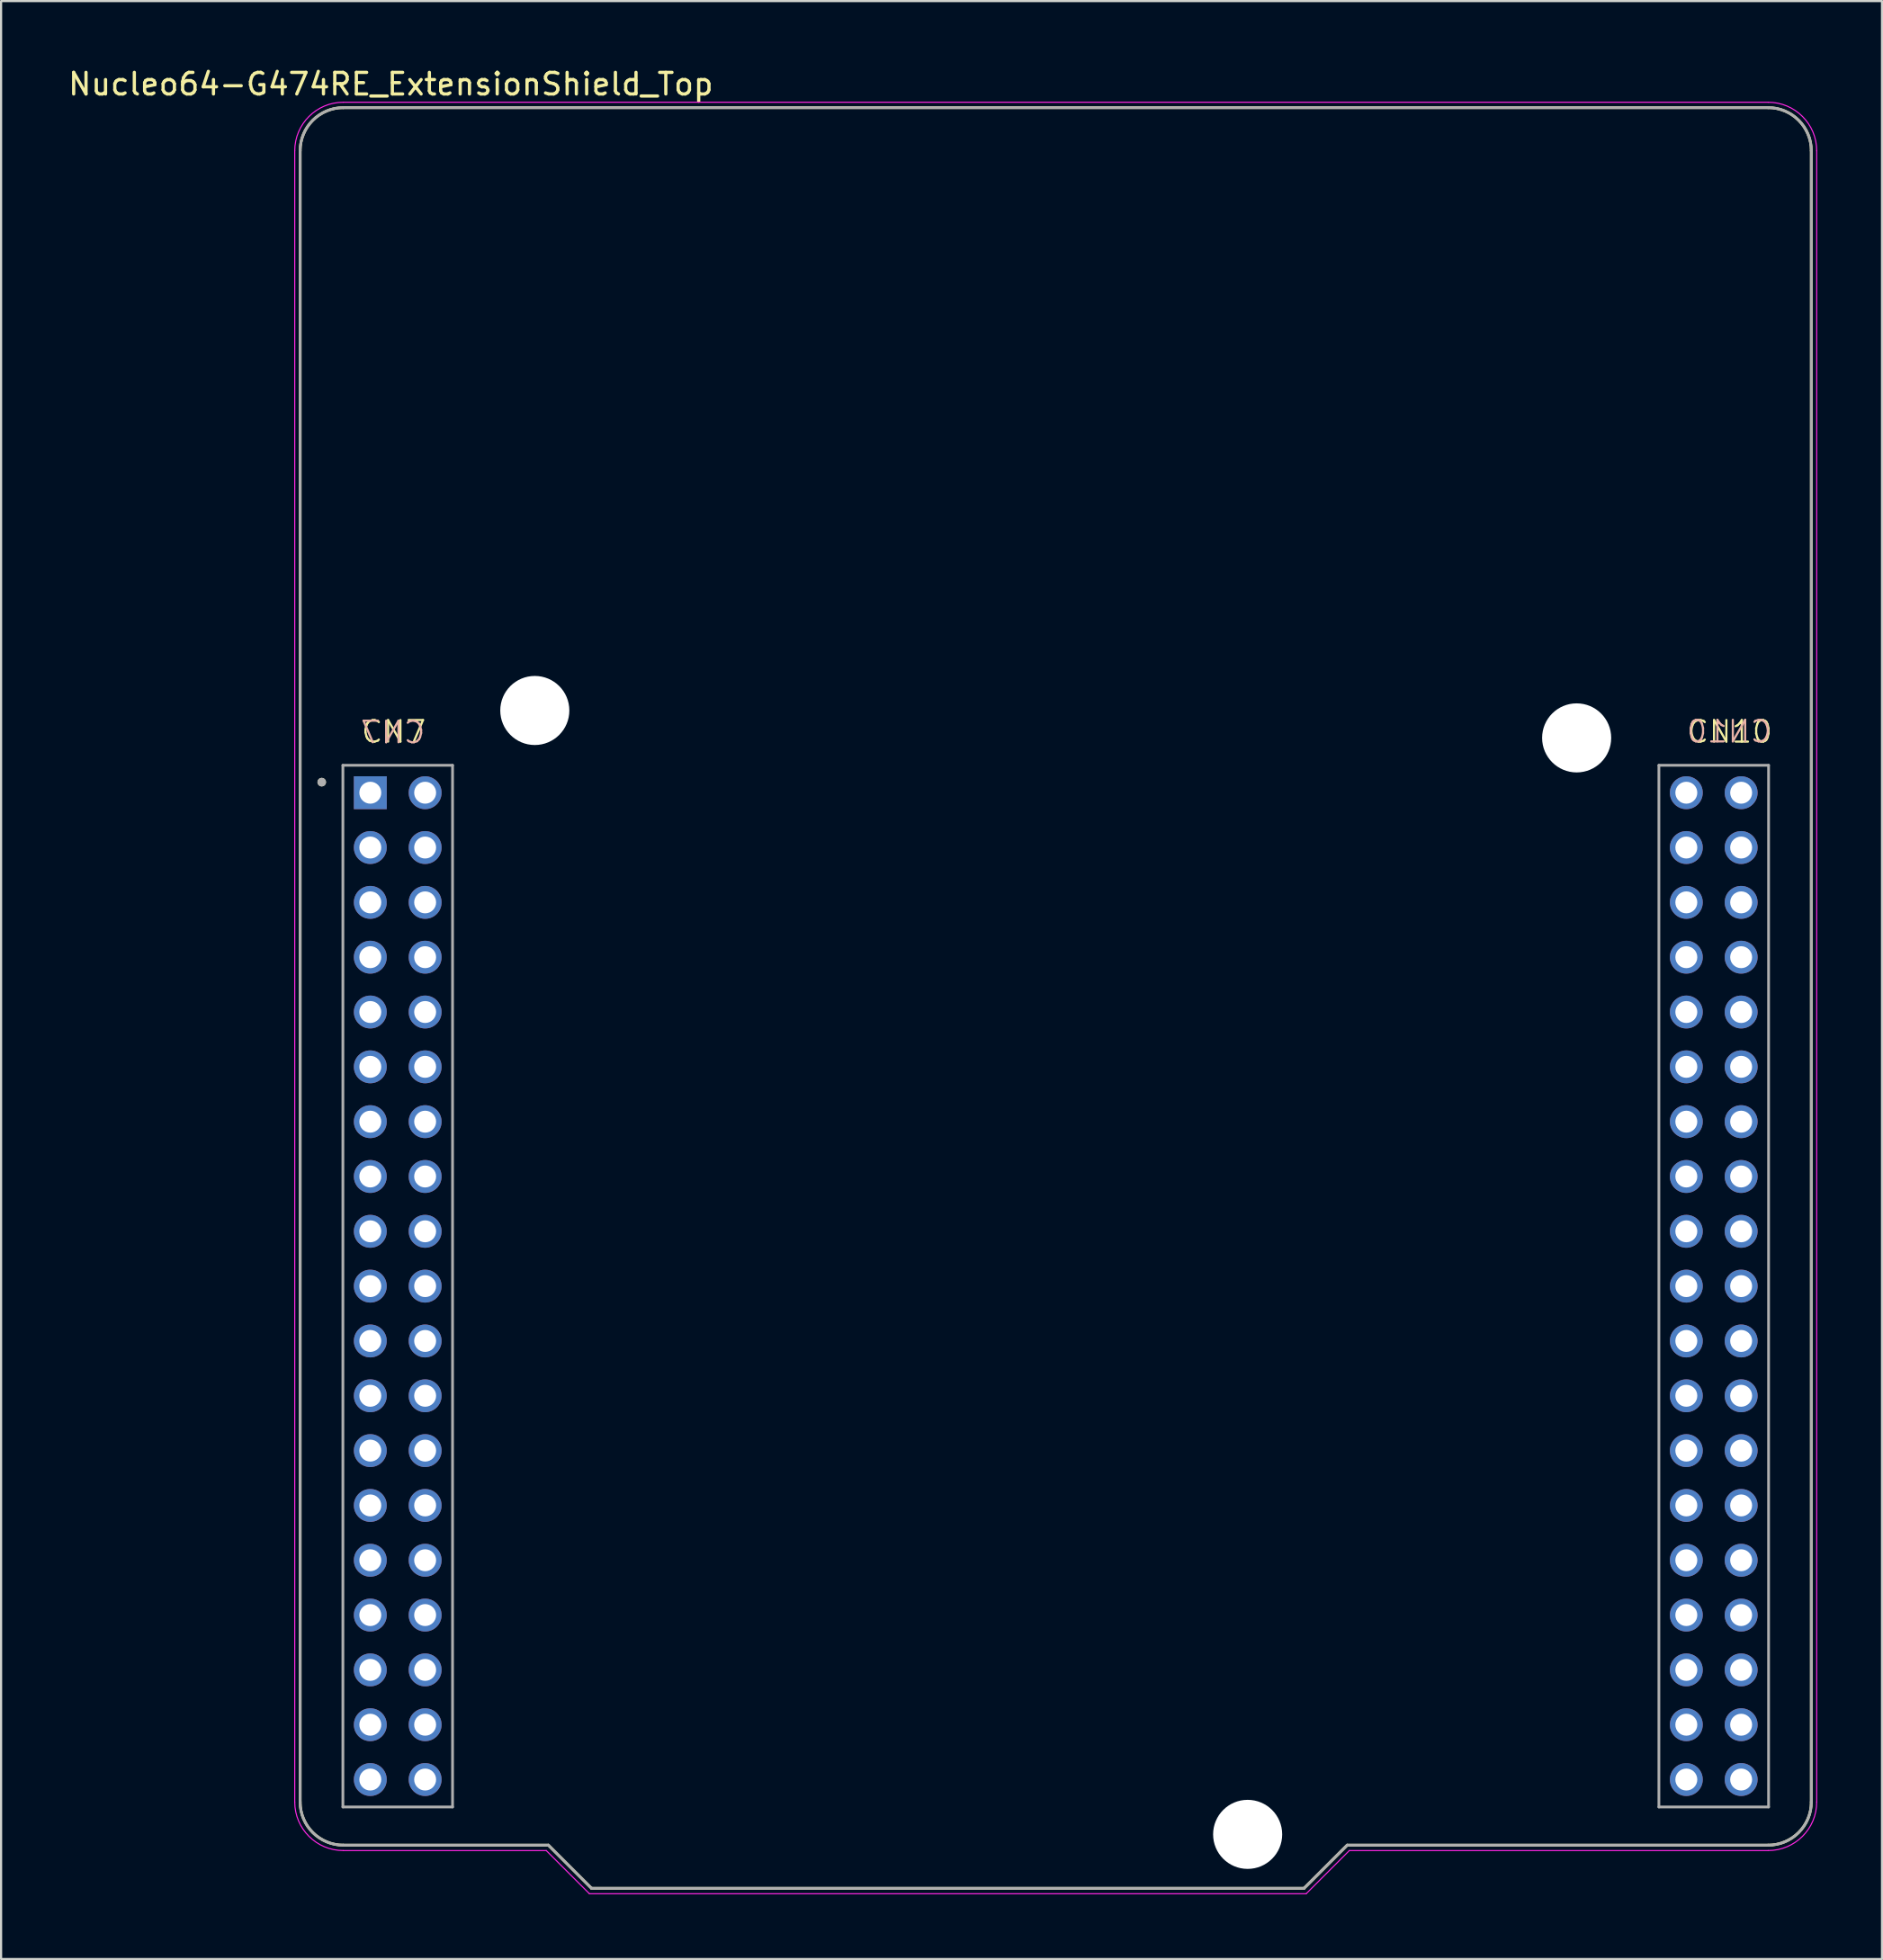
<source format=kicad_pcb>
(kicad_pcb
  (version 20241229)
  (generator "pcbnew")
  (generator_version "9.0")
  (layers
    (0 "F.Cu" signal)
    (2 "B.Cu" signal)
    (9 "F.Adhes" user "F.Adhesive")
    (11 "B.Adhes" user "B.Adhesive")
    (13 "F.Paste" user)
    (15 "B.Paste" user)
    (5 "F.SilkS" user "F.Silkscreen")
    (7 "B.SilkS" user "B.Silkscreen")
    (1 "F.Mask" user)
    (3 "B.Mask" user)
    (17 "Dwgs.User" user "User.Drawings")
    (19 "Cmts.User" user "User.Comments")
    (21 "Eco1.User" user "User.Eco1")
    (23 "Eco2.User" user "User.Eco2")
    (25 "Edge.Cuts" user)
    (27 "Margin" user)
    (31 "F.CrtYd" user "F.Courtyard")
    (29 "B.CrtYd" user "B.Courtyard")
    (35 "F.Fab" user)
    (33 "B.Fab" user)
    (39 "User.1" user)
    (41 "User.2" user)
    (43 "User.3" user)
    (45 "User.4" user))
  (footprint "Nucleo64-G474RE_ExtensionShield_Top"
    (layer "F.Cu")
    (at 45.853 43.187)
    (property "Reference" "Nucleo64-G474RE_ExtensionShield_Top" (at -30.8 -42.339 0) (layer "F.SilkS") (effects (font (size 1 1) (thickness 0.15))))
    (attr through_hole)
    (fp_line (start -35 -39.25) (end -35 37.25) (stroke (width 0.127) (type solid)) (layer "F.SilkS"))
    (fp_line (start -33 -41.25) (end 33 -41.25) (stroke (width 0.127) (type solid)) (layer "F.SilkS"))
    (fp_line (start -33 39.25) (end -23.5 39.25) (stroke (width 0.127) (type solid)) (layer "F.SilkS"))
    (fp_line (start -23.5 39.25) (end -21.5 41.25) (stroke (width 0.127) (type solid)) (layer "F.SilkS"))
    (fp_line (start -21.5 41.25) (end 11.5 41.25) (stroke (width 0.127) (type solid)) (layer "F.SilkS"))
    (fp_line (start 11.5 41.25) (end 13.5 39.25) (stroke (width 0.127) (type solid)) (layer "F.SilkS"))
    (fp_line (start 13.5 39.25) (end 33 39.25) (stroke (width 0.127) (type solid)) (layer "F.SilkS"))
    (fp_line (start 35 37.25) (end 35 -39.25) (stroke (width 0.127) (type solid)) (layer "F.SilkS"))
    (fp_arc (start -35 -39.25) (mid -34.414214 -40.664214) (end -33 -41.25) (stroke (width 0.127) (type solid)) (layer "F.SilkS"))
    (fp_arc (start -33 39.25) (mid -34.414214 38.664214) (end -35 37.25) (stroke (width 0.127) (type solid)) (layer "F.SilkS"))
    (fp_arc (start 33 -41.25) (mid 34.414214 -40.664214) (end 35 -39.25) (stroke (width 0.127) (type solid)) (layer "F.SilkS"))
    (fp_arc (start 35 37.25) (mid 34.414214 38.664214) (end 33 39.25) (stroke (width 0.127) (type solid)) (layer "F.SilkS"))
    (fp_circle (center -34 -10) (end -33.9 -10) (stroke (width 0.2) (type solid)) (fill no) (layer "F.SilkS"))
    (fp_line (start -35.25 -39.25) (end -35.25 37.25) (stroke (width 0.05) (type solid)) (layer "F.CrtYd"))
    (fp_line (start -33 -41.5) (end 33 -41.5) (stroke (width 0.05) (type solid)) (layer "F.CrtYd"))
    (fp_line (start -33 39.5) (end -23.6 39.5) (stroke (width 0.05) (type solid)) (layer "F.CrtYd"))
    (fp_line (start -23.6 39.5) (end -21.6 41.5) (stroke (width 0.05) (type solid)) (layer "F.CrtYd"))
    (fp_line (start -21.6 41.5) (end 11.6 41.5) (stroke (width 0.05) (type solid)) (layer "F.CrtYd"))
    (fp_line (start 11.6 41.5) (end 13.6 39.5) (stroke (width 0.05) (type solid)) (layer "F.CrtYd"))
    (fp_line (start 13.6 39.5) (end 33 39.5) (stroke (width 0.05) (type solid)) (layer "F.CrtYd"))
    (fp_line (start 35.25 37.25) (end 35.25 -39.25) (stroke (width 0.05) (type solid)) (layer "F.CrtYd"))
    (fp_arc (start -35.25 -39.25) (mid -34.59099 -40.84099) (end -33 -41.5) (stroke (width 0.05) (type solid)) (layer "F.CrtYd"))
    (fp_arc (start -33 39.5) (mid -34.59099 38.84099) (end -35.25 37.25) (stroke (width 0.05) (type solid)) (layer "F.CrtYd"))
    (fp_arc (start 33 -41.5) (mid 34.59099 -40.84099) (end 35.25 -39.25) (stroke (width 0.05) (type solid)) (layer "F.CrtYd"))
    (fp_arc (start 35.25 37.25) (mid 34.59099 38.84099) (end 33 39.5) (stroke (width 0.05) (type solid)) (layer "F.CrtYd"))
    (fp_line (start -35 -39.25) (end -35 37.25) (stroke (width 0.127) (type solid)) (layer "F.Fab"))
    (fp_line (start -33.02 -10.78) (end -27.94 -10.78) (stroke (width 0.127) (type solid)) (layer "F.Fab"))
    (fp_line (start -33.02 37.48) (end -33.02 -10.78) (stroke (width 0.127) (type solid)) (layer "F.Fab"))
    (fp_line (start -33 -41.25) (end 33 -41.25) (stroke (width 0.127) (type solid)) (layer "F.Fab"))
    (fp_line (start -33 39.25) (end -23.5 39.25) (stroke (width 0.127) (type solid)) (layer "F.Fab"))
    (fp_line (start -27.94 -10.78) (end -27.94 37.48) (stroke (width 0.127) (type solid)) (layer "F.Fab"))
    (fp_line (start -27.94 37.48) (end -33.02 37.48) (stroke (width 0.127) (type solid)) (layer "F.Fab"))
    (fp_line (start -23.5 39.25) (end -21.5 41.25) (stroke (width 0.127) (type solid)) (layer "F.Fab"))
    (fp_line (start -21.5 41.25) (end 11.5 41.25) (stroke (width 0.127) (type solid)) (layer "F.Fab"))
    (fp_line (start 11.5 41.25) (end 13.5 39.25) (stroke (width 0.127) (type solid)) (layer "F.Fab"))
    (fp_line (start 13.5 39.25) (end 33 39.25) (stroke (width 0.127) (type solid)) (layer "F.Fab"))
    (fp_line (start 27.94 -10.78) (end 33.02 -10.78) (stroke (width 0.127) (type solid)) (layer "F.Fab"))
    (fp_line (start 27.94 37.48) (end 27.94 -10.78) (stroke (width 0.127) (type solid)) (layer "F.Fab"))
    (fp_line (start 33.02 -10.78) (end 33.02 37.48) (stroke (width 0.127) (type solid)) (layer "F.Fab"))
    (fp_line (start 33.02 37.48) (end 27.94 37.48) (stroke (width 0.127) (type solid)) (layer "F.Fab"))
    (fp_line (start 35 37.25) (end 35 -39.25) (stroke (width 0.127) (type solid)) (layer "F.Fab"))
    (fp_arc (start -35 -39.25) (mid -34.414214 -40.664214) (end -33 -41.25) (stroke (width 0.127) (type solid)) (layer "F.Fab"))
    (fp_arc (start -33 39.25) (mid -34.414214 38.664214) (end -35 37.25) (stroke (width 0.127) (type solid)) (layer "F.Fab"))
    (fp_arc (start 33 -41.25) (mid 34.414214 -40.664214) (end 35 -39.25) (stroke (width 0.127) (type solid)) (layer "F.Fab"))
    (fp_arc (start 35 37.25) (mid 34.414214 38.664214) (end 33 39.25) (stroke (width 0.127) (type solid)) (layer "F.Fab"))
    (fp_circle (center -34 -10) (end -33.9 -10) (stroke (width 0.2) (type solid)) (fill no) (layer "F.Fab"))
    (fp_text user "CN10" (at 29.19 -11.75 0) (unlocked yes) (layer "F.SilkS") (effects (font (size 1 1) (thickness 0.1)) (justify left bottom)))
    (fp_text user "CN7" (at -32.23 -11.75 0) (unlocked yes) (layer "F.SilkS") (effects (font (size 1 1) (thickness 0.1)) (justify left bottom)))
    (fp_text user "CN7" (at -29.14 -11.72 0) (unlocked yes) (layer "B.SilkS") (effects (font (size 1 1) (thickness 0.1)) (justify left bottom mirror)))
    (fp_text user "CN10" (at 33.24 -11.76 0) (unlocked yes) (layer "B.SilkS") (effects (font (size 1 1) (thickness 0.1)) (justify left bottom mirror)))
    (pad "" np_thru_hole circle (at -24.13 -13.32) (size 3.2 3.2) (drill 3.2) (layers "*.Cu" "*.Mask"))
    (pad "" np_thru_hole circle (at 8.89 38.75) (size 3.2 3.2) (drill 3.2) (layers "*.Cu" "*.Mask"))
    (pad "" np_thru_hole circle (at 24.13 -12.05) (size 3.2 3.2) (drill 3.2) (layers "*.Cu" "*.Mask"))
    (pad "CN7_1" thru_hole rect (at -31.75 -9.51) (size 1.524 1.524) (drill 1.016) (layers "*.Cu" "*.Mask"))
    (pad "CN7_2" thru_hole circle (at -29.21 -9.51) (size 1.524 1.524) (drill 1.016) (layers "*.Cu" "*.Mask"))
    (pad "CN7_3" thru_hole circle (at -31.75 -6.97) (size 1.524 1.524) (drill 1.016) (layers "*.Cu" "*.Mask"))
    (pad "CN7_4" thru_hole circle (at -29.21 -6.97) (size 1.524 1.524) (drill 1.016) (layers "*.Cu" "*.Mask"))
    (pad "CN7_5" thru_hole circle (at -31.75 -4.43) (size 1.524 1.524) (drill 1.016) (layers "*.Cu" "*.Mask"))
    (pad "CN7_6" thru_hole circle (at -29.21 -4.43) (size 1.524 1.524) (drill 1.016) (layers "*.Cu" "*.Mask"))
    (pad "CN7_7" thru_hole circle (at -31.75 -1.89) (size 1.524 1.524) (drill 1.016) (layers "*.Cu" "*.Mask"))
    (pad "CN7_8" thru_hole circle (at -29.21 -1.89) (size 1.524 1.524) (drill 1.016) (layers "*.Cu" "*.Mask"))
    (pad "CN7_9" thru_hole circle (at -31.75 0.65) (size 1.524 1.524) (drill 1.016) (layers "*.Cu" "*.Mask"))
    (pad "CN7_10" thru_hole circle (at -29.21 0.65) (size 1.524 1.524) (drill 1.016) (layers "*.Cu" "*.Mask"))
    (pad "CN7_11" thru_hole circle (at -31.75 3.19) (size 1.524 1.524) (drill 1.016) (layers "*.Cu" "*.Mask"))
    (pad "CN7_12" thru_hole circle (at -29.21 3.19) (size 1.524 1.524) (drill 1.016) (layers "*.Cu" "*.Mask"))
    (pad "CN7_13" thru_hole circle (at -31.75 5.73) (size 1.524 1.524) (drill 1.016) (layers "*.Cu" "*.Mask"))
    (pad "CN7_14" thru_hole circle (at -29.21 5.73) (size 1.524 1.524) (drill 1.016) (layers "*.Cu" "*.Mask"))
    (pad "CN7_15" thru_hole circle (at -31.75 8.27) (size 1.524 1.524) (drill 1.016) (layers "*.Cu" "*.Mask"))
    (pad "CN7_16" thru_hole circle (at -29.21 8.27) (size 1.524 1.524) (drill 1.016) (layers "*.Cu" "*.Mask"))
    (pad "CN7_17" thru_hole circle (at -31.75 10.81) (size 1.524 1.524) (drill 1.016) (layers "*.Cu" "*.Mask"))
    (pad "CN7_18" thru_hole circle (at -29.21 10.81) (size 1.524 1.524) (drill 1.016) (layers "*.Cu" "*.Mask"))
    (pad "CN7_19" thru_hole circle (at -31.75 13.35) (size 1.524 1.524) (drill 1.016) (layers "*.Cu" "*.Mask"))
    (pad "CN7_20" thru_hole circle (at -29.21 13.35) (size 1.524 1.524) (drill 1.016) (layers "*.Cu" "*.Mask"))
    (pad "CN7_21" thru_hole circle (at -31.75 15.89) (size 1.524 1.524) (drill 1.016) (layers "*.Cu" "*.Mask"))
    (pad "CN7_22" thru_hole circle (at -29.21 15.89) (size 1.524 1.524) (drill 1.016) (layers "*.Cu" "*.Mask"))
    (pad "CN7_23" thru_hole circle (at -31.75 18.43) (size 1.524 1.524) (drill 1.016) (layers "*.Cu" "*.Mask"))
    (pad "CN7_24" thru_hole circle (at -29.21 18.43) (size 1.524 1.524) (drill 1.016) (layers "*.Cu" "*.Mask"))
    (pad "CN7_25" thru_hole circle (at -31.75 20.97) (size 1.524 1.524) (drill 1.016) (layers "*.Cu" "*.Mask"))
    (pad "CN7_26" thru_hole circle (at -29.21 20.97) (size 1.524 1.524) (drill 1.016) (layers "*.Cu" "*.Mask"))
    (pad "CN7_27" thru_hole circle (at -31.75 23.51) (size 1.524 1.524) (drill 1.016) (layers "*.Cu" "*.Mask"))
    (pad "CN7_28" thru_hole circle (at -29.21 23.51) (size 1.524 1.524) (drill 1.016) (layers "*.Cu" "*.Mask"))
    (pad "CN7_29" thru_hole circle (at -31.75 26.05) (size 1.524 1.524) (drill 1.016) (layers "*.Cu" "*.Mask"))
    (pad "CN7_30" thru_hole circle (at -29.21 26.05) (size 1.524 1.524) (drill 1.016) (layers "*.Cu" "*.Mask"))
    (pad "CN7_31" thru_hole circle (at -31.75 28.59) (size 1.524 1.524) (drill 1.016) (layers "*.Cu" "*.Mask"))
    (pad "CN7_32" thru_hole circle (at -29.21 28.59) (size 1.524 1.524) (drill 1.016) (layers "*.Cu" "*.Mask"))
    (pad "CN7_33" thru_hole circle (at -31.75 31.13) (size 1.524 1.524) (drill 1.016) (layers "*.Cu" "*.Mask"))
    (pad "CN7_34" thru_hole circle (at -29.21 31.13) (size 1.524 1.524) (drill 1.016) (layers "*.Cu" "*.Mask"))
    (pad "CN7_35" thru_hole circle (at -31.75 33.67) (size 1.524 1.524) (drill 1.016) (layers "*.Cu" "*.Mask"))
    (pad "CN7_36" thru_hole circle (at -29.21 33.67) (size 1.524 1.524) (drill 1.016) (layers "*.Cu" "*.Mask"))
    (pad "CN7_37" thru_hole circle (at -31.75 36.21) (size 1.524 1.524) (drill 1.016) (layers "*.Cu" "*.Mask"))
    (pad "CN7_38" thru_hole circle (at -29.21 36.21) (size 1.524 1.524) (drill 1.016) (layers "*.Cu" "*.Mask"))
    (pad "CN10_1" thru_hole circle (at 29.21 -9.51) (size 1.524 1.524) (drill 1.016) (layers "*.Cu" "*.Mask"))
    (pad "CN10_2" thru_hole circle (at 31.75 -9.51) (size 1.524 1.524) (drill 1.016) (layers "*.Cu" "*.Mask"))
    (pad "CN10_3" thru_hole circle (at 29.21 -6.97) (size 1.524 1.524) (drill 1.016) (layers "*.Cu" "*.Mask"))
    (pad "CN10_4" thru_hole circle (at 31.75 -6.97) (size 1.524 1.524) (drill 1.016) (layers "*.Cu" "*.Mask"))
    (pad "CN10_5" thru_hole circle (at 29.21 -4.43) (size 1.524 1.524) (drill 1.016) (layers "*.Cu" "*.Mask"))
    (pad "CN10_6" thru_hole circle (at 31.75 -4.43) (size 1.524 1.524) (drill 1.016) (layers "*.Cu" "*.Mask"))
    (pad "CN10_7" thru_hole circle (at 29.21 -1.89) (size 1.524 1.524) (drill 1.016) (layers "*.Cu" "*.Mask"))
    (pad "CN10_8" thru_hole circle (at 31.75 -1.89) (size 1.524 1.524) (drill 1.016) (layers "*.Cu" "*.Mask"))
    (pad "CN10_9" thru_hole circle (at 29.21 0.65) (size 1.524 1.524) (drill 1.016) (layers "*.Cu" "*.Mask"))
    (pad "CN10_10" thru_hole circle (at 31.75 0.65) (size 1.524 1.524) (drill 1.016) (layers "*.Cu" "*.Mask"))
    (pad "CN10_11" thru_hole circle (at 29.21 3.19) (size 1.524 1.524) (drill 1.016) (layers "*.Cu" "*.Mask"))
    (pad "CN10_12" thru_hole circle (at 31.75 3.19) (size 1.524 1.524) (drill 1.016) (layers "*.Cu" "*.Mask"))
    (pad "CN10_13" thru_hole circle (at 29.21 5.73) (size 1.524 1.524) (drill 1.016) (layers "*.Cu" "*.Mask"))
    (pad "CN10_14" thru_hole circle (at 31.75 5.73) (size 1.524 1.524) (drill 1.016) (layers "*.Cu" "*.Mask"))
    (pad "CN10_15" thru_hole circle (at 29.21 8.27) (size 1.524 1.524) (drill 1.016) (layers "*.Cu" "*.Mask"))
    (pad "CN10_16" thru_hole circle (at 31.75 8.27) (size 1.524 1.524) (drill 1.016) (layers "*.Cu" "*.Mask"))
    (pad "CN10_17" thru_hole circle (at 29.21 10.81) (size 1.524 1.524) (drill 1.016) (layers "*.Cu" "*.Mask"))
    (pad "CN10_18" thru_hole circle (at 31.75 10.81) (size 1.524 1.524) (drill 1.016) (layers "*.Cu" "*.Mask"))
    (pad "CN10_19" thru_hole circle (at 29.21 13.35) (size 1.524 1.524) (drill 1.016) (layers "*.Cu" "*.Mask"))
    (pad "CN10_20" thru_hole circle (at 31.75 13.35) (size 1.524 1.524) (drill 1.016) (layers "*.Cu" "*.Mask"))
    (pad "CN10_21" thru_hole circle (at 29.21 15.89) (size 1.524 1.524) (drill 1.016) (layers "*.Cu" "*.Mask"))
    (pad "CN10_22" thru_hole circle (at 31.75 15.89) (size 1.524 1.524) (drill 1.016) (layers "*.Cu" "*.Mask"))
    (pad "CN10_23" thru_hole circle (at 29.21 18.43) (size 1.524 1.524) (drill 1.016) (layers "*.Cu" "*.Mask"))
    (pad "CN10_24" thru_hole circle (at 31.75 18.43) (size 1.524 1.524) (drill 1.016) (layers "*.Cu" "*.Mask"))
    (pad "CN10_25" thru_hole circle (at 29.21 20.97) (size 1.524 1.524) (drill 1.016) (layers "*.Cu" "*.Mask"))
    (pad "CN10_26" thru_hole circle (at 31.75 20.97) (size 1.524 1.524) (drill 1.016) (layers "*.Cu" "*.Mask"))
    (pad "CN10_27" thru_hole circle (at 29.21 23.51) (size 1.524 1.524) (drill 1.016) (layers "*.Cu" "*.Mask"))
    (pad "CN10_28" thru_hole circle (at 31.75 23.51) (size 1.524 1.524) (drill 1.016) (layers "*.Cu" "*.Mask"))
    (pad "CN10_29" thru_hole circle (at 29.21 26.05) (size 1.524 1.524) (drill 1.016) (layers "*.Cu" "*.Mask"))
    (pad "CN10_30" thru_hole circle (at 31.75 26.05) (size 1.524 1.524) (drill 1.016) (layers "*.Cu" "*.Mask"))
    (pad "CN10_31" thru_hole circle (at 29.21 28.59) (size 1.524 1.524) (drill 1.016) (layers "*.Cu" "*.Mask"))
    (pad "CN10_32" thru_hole circle (at 31.75 28.59) (size 1.524 1.524) (drill 1.016) (layers "*.Cu" "*.Mask"))
    (pad "CN10_33" thru_hole circle (at 29.21 31.13) (size 1.524 1.524) (drill 1.016) (layers "*.Cu" "*.Mask"))
    (pad "CN10_34" thru_hole circle (at 31.75 31.13) (size 1.524 1.524) (drill 1.016) (layers "*.Cu" "*.Mask"))
    (pad "CN10_35" thru_hole circle (at 29.21 33.67) (size 1.524 1.524) (drill 1.016) (layers "*.Cu" "*.Mask"))
    (pad "CN10_36" thru_hole circle (at 31.75 33.67) (size 1.524 1.524) (drill 1.016) (layers "*.Cu" "*.Mask"))
    (pad "CN10_37" thru_hole circle (at 29.21 36.21) (size 1.524 1.524) (drill 1.016) (layers "*.Cu" "*.Mask"))
    (pad "CN10_38" thru_hole circle (at 31.75 36.21) (size 1.524 1.524) (drill 1.016) (layers "*.Cu" "*.Mask")))
  (gr_rect
    (start -3 -3)
    (end 84.128 87.712)
    (stroke (width 0.1) (type default))
    (fill no)
    (layer "Edge.Cuts")))
</source>
